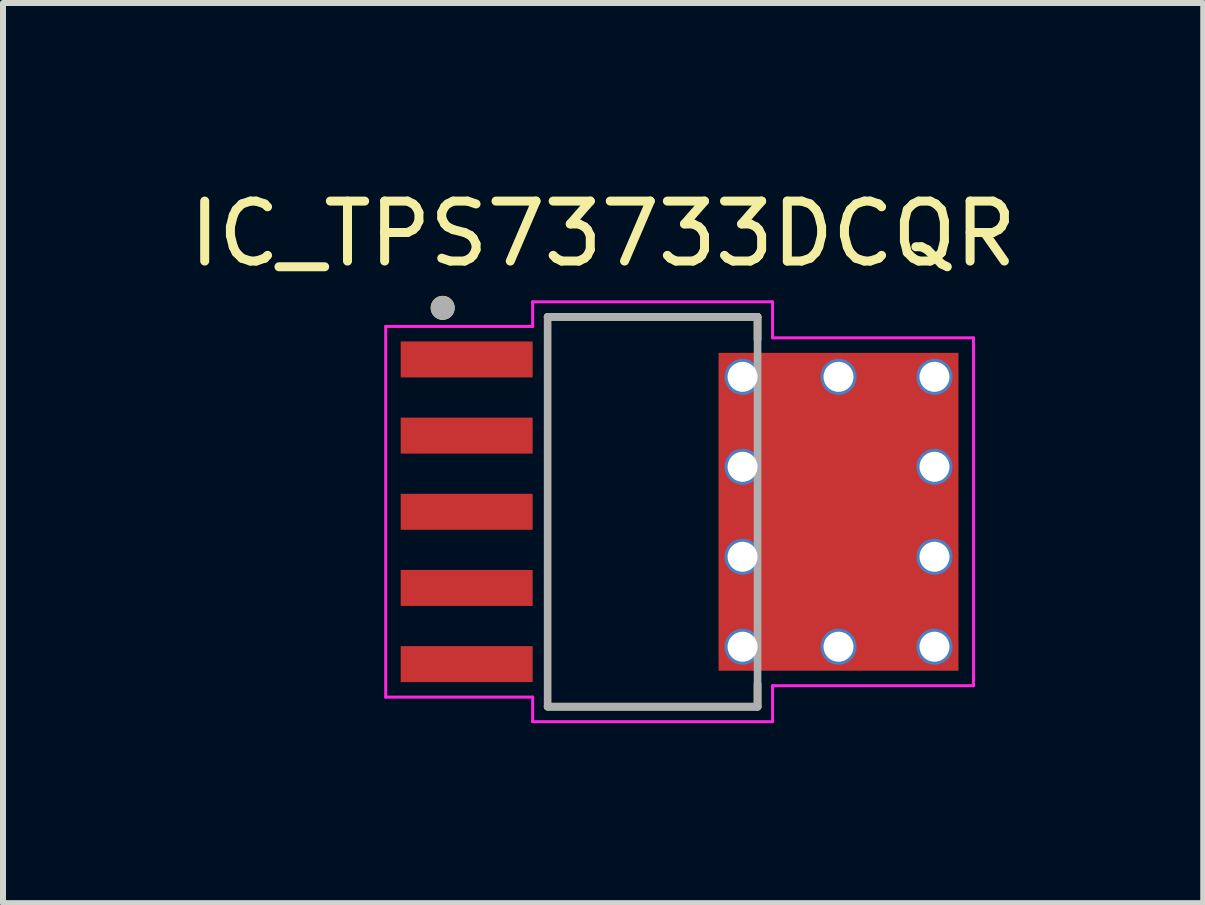
<source format=kicad_pcb>
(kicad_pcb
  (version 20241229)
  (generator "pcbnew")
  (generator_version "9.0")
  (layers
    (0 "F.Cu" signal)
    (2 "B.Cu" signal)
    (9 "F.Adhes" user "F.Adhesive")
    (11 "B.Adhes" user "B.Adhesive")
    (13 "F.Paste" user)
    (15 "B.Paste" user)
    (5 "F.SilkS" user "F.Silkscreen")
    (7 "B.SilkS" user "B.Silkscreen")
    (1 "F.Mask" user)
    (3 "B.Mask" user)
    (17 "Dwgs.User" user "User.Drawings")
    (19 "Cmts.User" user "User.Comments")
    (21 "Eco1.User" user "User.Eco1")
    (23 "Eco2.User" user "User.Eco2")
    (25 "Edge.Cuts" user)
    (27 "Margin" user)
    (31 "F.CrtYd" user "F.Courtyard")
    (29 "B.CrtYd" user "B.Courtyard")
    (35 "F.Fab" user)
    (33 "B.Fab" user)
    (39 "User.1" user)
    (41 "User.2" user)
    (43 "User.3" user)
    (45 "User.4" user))
  (footprint "IC_TPS73733DCQR"
    (layer "F.Cu")
    (at 7.831 5.483)
    (property "Reference" "IC_TPS73733DCQR" (at -0.825 -4.635 0) (layer "F.SilkS") (effects (font (size 1 1) (thickness 0.15))))
    (attr through_hole)
    (fp_poly (pts (xy -4.27 -2.91) (xy -1.93 -2.91) (xy -1.93 -2.17) (xy -4.27 -2.17)) (stroke (width 0.01) (type solid)) (fill yes) (layer "F.Mask"))
    (fp_poly (pts (xy -4.27 -1.64) (xy -1.93 -1.64) (xy -1.93 -0.9) (xy -4.27 -0.9)) (stroke (width 0.01) (type solid)) (fill yes) (layer "F.Mask"))
    (fp_poly (pts (xy -4.27 -0.37) (xy -1.93 -0.37) (xy -1.93 0.37) (xy -4.27 0.37)) (stroke (width 0.01) (type solid)) (fill yes) (layer "F.Mask"))
    (fp_poly (pts (xy -4.27 0.9) (xy -1.93 0.9) (xy -1.93 1.64) (xy -4.27 1.64)) (stroke (width 0.01) (type solid)) (fill yes) (layer "F.Mask"))
    (fp_poly (pts (xy -4.27 2.17) (xy -1.93 2.17) (xy -1.93 2.91) (xy -4.27 2.91)) (stroke (width 0.01) (type solid)) (fill yes) (layer "F.Mask"))
    (fp_poly (pts (xy 2 -1.75) (xy 4.2 -1.75) (xy 4.2 1.75) (xy 2 1.75)) (stroke (width 0.01) (type solid)) (fill yes) (layer "F.Mask"))
    (fp_line (start -1.75 -3.25) (end 1.75 -3.25) (stroke (width 0.127) (type solid)) (layer "F.SilkS"))
    (fp_line (start 1.75 -3.25) (end 1.75 -2.87) (stroke (width 0.127) (type solid)) (layer "F.SilkS"))
    (fp_line (start 1.75 2.87) (end 1.75 3.25) (stroke (width 0.127) (type solid)) (layer "F.SilkS"))
    (fp_line (start 1.75 3.25) (end -1.75 3.25) (stroke (width 0.127) (type solid)) (layer "F.SilkS"))
    (fp_circle (center -3.5 -3.4) (end -3.4 -3.4) (stroke (width 0.2) (type solid)) (fill no) (layer "F.SilkS"))
    (fp_poly (pts (xy -4.175 -2.815) (xy -2.025 -2.815) (xy -2.025 -2.265) (xy -4.175 -2.265)) (stroke (width 0.01) (type solid)) (fill yes) (layer "F.Paste"))
    (fp_poly (pts (xy -4.175 -1.545) (xy -2.025 -1.545) (xy -2.025 -0.995) (xy -4.175 -0.995)) (stroke (width 0.01) (type solid)) (fill yes) (layer "F.Paste"))
    (fp_poly (pts (xy -4.175 -0.275) (xy -2.025 -0.275) (xy -2.025 0.275) (xy -4.175 0.275)) (stroke (width 0.01) (type solid)) (fill yes) (layer "F.Paste"))
    (fp_poly (pts (xy -4.175 0.995) (xy -2.025 0.995) (xy -2.025 1.545) (xy -4.175 1.545)) (stroke (width 0.01) (type solid)) (fill yes) (layer "F.Paste"))
    (fp_poly (pts (xy -4.175 2.265) (xy -2.025 2.265) (xy -2.025 2.815) (xy -4.175 2.815)) (stroke (width 0.01) (type solid)) (fill yes) (layer "F.Paste"))
    (fp_poly (pts (xy 2.025 -1.725) (xy 4.175 -1.725) (xy 4.175 1.725) (xy 2.025 1.725)) (stroke (width 0.01) (type solid)) (fill yes) (layer "F.Paste"))
    (fp_line (start -4.45 -3.09) (end -2 -3.09) (stroke (width 0.05) (type solid)) (layer "F.CrtYd"))
    (fp_line (start -4.45 3.09) (end -4.45 -3.09) (stroke (width 0.05) (type solid)) (layer "F.CrtYd"))
    (fp_line (start -2 -3.5) (end 2 -3.5) (stroke (width 0.05) (type solid)) (layer "F.CrtYd"))
    (fp_line (start -2 -3.09) (end -2 -3.5) (stroke (width 0.05) (type solid)) (layer "F.CrtYd"))
    (fp_line (start -2 3.09) (end -4.45 3.09) (stroke (width 0.05) (type solid)) (layer "F.CrtYd"))
    (fp_line (start -2 3.5) (end -2 3.09) (stroke (width 0.05) (type solid)) (layer "F.CrtYd"))
    (fp_line (start 2 -3.5) (end 2 -2.9) (stroke (width 0.05) (type solid)) (layer "F.CrtYd"))
    (fp_line (start 2 -2.9) (end 5.35 -2.9) (stroke (width 0.05) (type solid)) (layer "F.CrtYd"))
    (fp_line (start 2 2.9) (end 2 3.5) (stroke (width 0.05) (type solid)) (layer "F.CrtYd"))
    (fp_line (start 2 3.5) (end -2 3.5) (stroke (width 0.05) (type solid)) (layer "F.CrtYd"))
    (fp_line (start 5.35 -2.9) (end 5.35 2.9) (stroke (width 0.05) (type solid)) (layer "F.CrtYd"))
    (fp_line (start 5.35 2.9) (end 2 2.9) (stroke (width 0.05) (type solid)) (layer "F.CrtYd"))
    (fp_line (start -1.75 -3.25) (end -1.75 3.25) (stroke (width 0.127) (type solid)) (layer "F.Fab"))
    (fp_line (start -1.75 3.25) (end 1.75 3.25) (stroke (width 0.127) (type solid)) (layer "F.Fab"))
    (fp_line (start 1.75 -3.25) (end -1.75 -3.25) (stroke (width 0.127) (type solid)) (layer "F.Fab"))
    (fp_line (start 1.75 3.25) (end 1.75 -3.25) (stroke (width 0.127) (type solid)) (layer "F.Fab"))
    (fp_circle (center -3.5 -3.4) (end -3.4 -3.4) (stroke (width 0.2) (type solid)) (fill no) (layer "F.Fab"))
    (pad "1" smd rect (at -3.1 -2.54) (size 2.2 0.6) (layers "F.Cu"))
    (pad "2" smd rect (at -3.1 -1.27) (size 2.2 0.6) (layers "F.Cu"))
    (pad "3" smd rect (at -3.1 0) (size 2.2 0.6) (layers "F.Cu"))
    (pad "4" smd rect (at -3.1 1.27) (size 2.2 0.6) (layers "F.Cu"))
    (pad "5" smd rect (at -3.1 2.54) (size 2.2 0.6) (layers "F.Cu"))
    (pad "6" smd rect (at 3.1 0) (size 4 5.3) (layers "F.Cu"))
    (pad "7" thru_hole circle (at 4.7 2.25) (size 0.6 0.6) (drill 0.5) (layers "*.Cu"))
    (pad "8" thru_hole circle (at 4.7 0.75) (size 0.6 0.6) (drill 0.5) (layers "*.Cu"))
    (pad "9" thru_hole circle (at 4.7 -0.75) (size 0.6 0.6) (drill 0.5) (layers "*.Cu"))
    (pad "10" thru_hole circle (at 4.7 -2.25) (size 0.6 0.6) (drill 0.5) (layers "*.Cu"))
    (pad "11" thru_hole circle (at 3.1 2.25) (size 0.6 0.6) (drill 0.5) (layers "*.Cu"))
    (pad "12" thru_hole circle (at 3.1 -2.25) (size 0.6 0.6) (drill 0.5) (layers "*.Cu"))
    (pad "13" thru_hole circle (at 1.5 2.25) (size 0.6 0.6) (drill 0.5) (layers "*.Cu"))
    (pad "14" thru_hole circle (at 1.5 0.75) (size 0.6 0.6) (drill 0.5) (layers "*.Cu"))
    (pad "15" thru_hole circle (at 1.5 -0.75) (size 0.6 0.6) (drill 0.5) (layers "*.Cu"))
    (pad "16" thru_hole circle (at 1.5 -2.25) (size 0.6 0.6) (drill 0.5) (layers "*.Cu")))
  (gr_rect
    (start -3 -3)
    (end 17.012 12.008)
    (stroke (width 0.1) (type default))
    (fill no)
    (layer "Edge.Cuts")))
</source>
